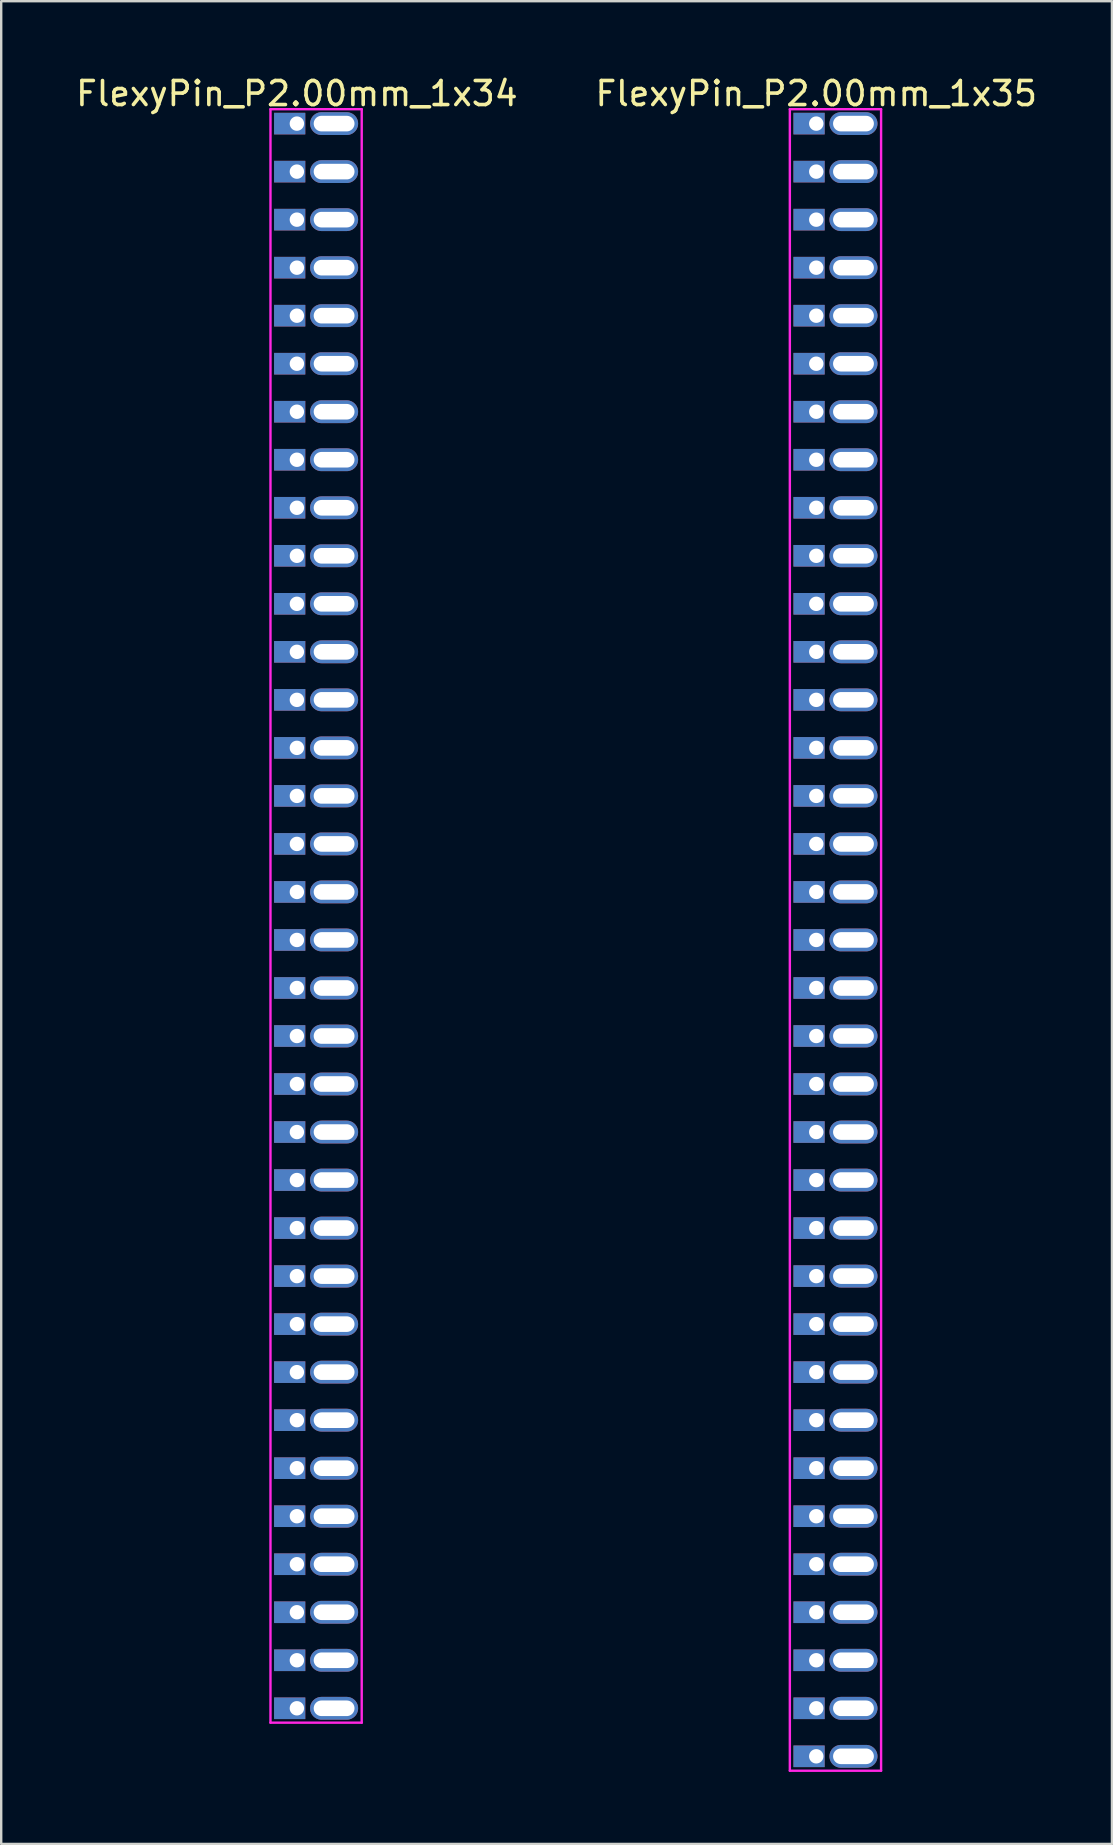
<source format=kicad_pcb>
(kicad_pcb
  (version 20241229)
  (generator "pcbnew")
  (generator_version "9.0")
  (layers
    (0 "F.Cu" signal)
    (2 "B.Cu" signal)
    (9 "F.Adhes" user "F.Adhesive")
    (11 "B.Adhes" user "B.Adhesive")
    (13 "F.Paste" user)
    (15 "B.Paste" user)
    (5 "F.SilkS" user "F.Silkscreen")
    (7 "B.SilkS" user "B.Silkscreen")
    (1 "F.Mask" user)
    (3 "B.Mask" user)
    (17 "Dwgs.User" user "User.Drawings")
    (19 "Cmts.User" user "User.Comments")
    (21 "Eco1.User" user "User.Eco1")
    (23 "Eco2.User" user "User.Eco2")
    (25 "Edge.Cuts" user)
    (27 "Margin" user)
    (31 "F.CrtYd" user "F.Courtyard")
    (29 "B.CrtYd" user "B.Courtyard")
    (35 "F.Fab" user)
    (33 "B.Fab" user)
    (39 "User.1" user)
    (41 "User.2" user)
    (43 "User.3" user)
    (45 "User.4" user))
  (footprint "FlexyPin_P2.00mm_1x35"
    (layer "F.Cu")
    (at 30.946 2.098)
    (property "Reference" "FlexyPin_P2.00mm_1x35" (at 0 -1.25 0) (layer "F.SilkS") (effects (font (size 1 1) (thickness 0.15))))
    (attr through_hole)
    (fp_line (start -1.1 -0.6) (end 2.7 -0.6) (stroke (width 0.1) (type solid)) (layer "F.CrtYd"))
    (fp_line (start -1.1 68.6) (end -1.1 -0.6) (stroke (width 0.1) (type solid)) (layer "F.CrtYd"))
    (fp_line (start 2.7 -0.6) (end 2.7 68.6) (stroke (width 0.1) (type solid)) (layer "F.CrtYd"))
    (fp_line (start 2.7 68.6) (end -1.1 68.6) (stroke (width 0.1) (type solid)) (layer "F.CrtYd"))
    (pad "" thru_hole oval (at 1.55 0) (size 2 0.95) (drill oval 1.7 0.65) (layers "*.Cu" "*.Mask"))
    (pad "" thru_hole oval (at 1.55 2) (size 2 0.95) (drill oval 1.7 0.65) (layers "*.Cu" "*.Mask"))
    (pad "" thru_hole oval (at 1.55 4) (size 2 0.95) (drill oval 1.7 0.65) (layers "*.Cu" "*.Mask"))
    (pad "" thru_hole oval (at 1.55 6) (size 2 0.95) (drill oval 1.7 0.65) (layers "*.Cu" "*.Mask"))
    (pad "" thru_hole oval (at 1.55 8) (size 2 0.95) (drill oval 1.7 0.65) (layers "*.Cu" "*.Mask"))
    (pad "" thru_hole oval (at 1.55 10) (size 2 0.95) (drill oval 1.7 0.65) (layers "*.Cu" "*.Mask"))
    (pad "" thru_hole oval (at 1.55 12) (size 2 0.95) (drill oval 1.7 0.65) (layers "*.Cu" "*.Mask"))
    (pad "" thru_hole oval (at 1.55 14) (size 2 0.95) (drill oval 1.7 0.65) (layers "*.Cu" "*.Mask"))
    (pad "" thru_hole oval (at 1.55 16) (size 2 0.95) (drill oval 1.7 0.65) (layers "*.Cu" "*.Mask"))
    (pad "" thru_hole oval (at 1.55 18) (size 2 0.95) (drill oval 1.7 0.65) (layers "*.Cu" "*.Mask"))
    (pad "" thru_hole oval (at 1.55 20) (size 2 0.95) (drill oval 1.7 0.65) (layers "*.Cu" "*.Mask"))
    (pad "" thru_hole oval (at 1.55 22) (size 2 0.95) (drill oval 1.7 0.65) (layers "*.Cu" "*.Mask"))
    (pad "" thru_hole oval (at 1.55 24) (size 2 0.95) (drill oval 1.7 0.65) (layers "*.Cu" "*.Mask"))
    (pad "" thru_hole oval (at 1.55 26) (size 2 0.95) (drill oval 1.7 0.65) (layers "*.Cu" "*.Mask"))
    (pad "" thru_hole oval (at 1.55 28) (size 2 0.95) (drill oval 1.7 0.65) (layers "*.Cu" "*.Mask"))
    (pad "" thru_hole oval (at 1.55 30) (size 2 0.95) (drill oval 1.7 0.65) (layers "*.Cu" "*.Mask"))
    (pad "" thru_hole oval (at 1.55 32) (size 2 0.95) (drill oval 1.7 0.65) (layers "*.Cu" "*.Mask"))
    (pad "" thru_hole oval (at 1.55 34) (size 2 0.95) (drill oval 1.7 0.65) (layers "*.Cu" "*.Mask"))
    (pad "" thru_hole oval (at 1.55 36) (size 2 0.95) (drill oval 1.7 0.65) (layers "*.Cu" "*.Mask"))
    (pad "" thru_hole oval (at 1.55 38) (size 2 0.95) (drill oval 1.7 0.65) (layers "*.Cu" "*.Mask"))
    (pad "" thru_hole oval (at 1.55 40) (size 2 0.95) (drill oval 1.7 0.65) (layers "*.Cu" "*.Mask"))
    (pad "" thru_hole oval (at 1.55 42) (size 2 0.95) (drill oval 1.7 0.65) (layers "*.Cu" "*.Mask"))
    (pad "" thru_hole oval (at 1.55 44) (size 2 0.95) (drill oval 1.7 0.65) (layers "*.Cu" "*.Mask"))
    (pad "" thru_hole oval (at 1.55 46) (size 2 0.95) (drill oval 1.7 0.65) (layers "*.Cu" "*.Mask"))
    (pad "" thru_hole oval (at 1.55 48) (size 2 0.95) (drill oval 1.7 0.65) (layers "*.Cu" "*.Mask"))
    (pad "" thru_hole oval (at 1.55 50) (size 2 0.95) (drill oval 1.7 0.65) (layers "*.Cu" "*.Mask"))
    (pad "" thru_hole oval (at 1.55 52) (size 2 0.95) (drill oval 1.7 0.65) (layers "*.Cu" "*.Mask"))
    (pad "" thru_hole oval (at 1.55 54) (size 2 0.95) (drill oval 1.7 0.65) (layers "*.Cu" "*.Mask"))
    (pad "" thru_hole oval (at 1.55 56) (size 2 0.95) (drill oval 1.7 0.65) (layers "*.Cu" "*.Mask"))
    (pad "" thru_hole oval (at 1.55 58) (size 2 0.95) (drill oval 1.7 0.65) (layers "*.Cu" "*.Mask"))
    (pad "" thru_hole oval (at 1.55 60) (size 2 0.95) (drill oval 1.7 0.65) (layers "*.Cu" "*.Mask"))
    (pad "" thru_hole oval (at 1.55 62) (size 2 0.95) (drill oval 1.7 0.65) (layers "*.Cu" "*.Mask"))
    (pad "" thru_hole oval (at 1.55 64) (size 2 0.95) (drill oval 1.7 0.65) (layers "*.Cu" "*.Mask"))
    (pad "" thru_hole oval (at 1.55 66) (size 2 0.95) (drill oval 1.7 0.65) (layers "*.Cu" "*.Mask"))
    (pad "" thru_hole oval (at 1.55 68) (size 2 0.95) (drill oval 1.7 0.65) (layers "*.Cu" "*.Mask"))
    (pad "1" thru_hole rect (at 0 0) (size 1.3 0.9) (drill 0.6 (offset -0.3 0)) (layers "*.Cu" "*.Mask"))
    (pad "2" thru_hole rect (at 0 2) (size 1.3 0.9) (drill 0.6 (offset -0.3 0)) (layers "*.Cu" "*.Mask"))
    (pad "3" thru_hole rect (at 0 4) (size 1.3 0.9) (drill 0.6 (offset -0.3 0)) (layers "*.Cu" "*.Mask"))
    (pad "4" thru_hole rect (at 0 6) (size 1.3 0.9) (drill 0.6 (offset -0.3 0)) (layers "*.Cu" "*.Mask"))
    (pad "5" thru_hole rect (at 0 8) (size 1.3 0.9) (drill 0.6 (offset -0.3 0)) (layers "*.Cu" "*.Mask"))
    (pad "6" thru_hole rect (at 0 10) (size 1.3 0.9) (drill 0.6 (offset -0.3 0)) (layers "*.Cu" "*.Mask"))
    (pad "7" thru_hole rect (at 0 12) (size 1.3 0.9) (drill 0.6 (offset -0.3 0)) (layers "*.Cu" "*.Mask"))
    (pad "8" thru_hole rect (at 0 14) (size 1.3 0.9) (drill 0.6 (offset -0.3 0)) (layers "*.Cu" "*.Mask"))
    (pad "9" thru_hole rect (at 0 16) (size 1.3 0.9) (drill 0.6 (offset -0.3 0)) (layers "*.Cu" "*.Mask"))
    (pad "10" thru_hole rect (at 0 18) (size 1.3 0.9) (drill 0.6 (offset -0.3 0)) (layers "*.Cu" "*.Mask"))
    (pad "11" thru_hole rect (at 0 20) (size 1.3 0.9) (drill 0.6 (offset -0.3 0)) (layers "*.Cu" "*.Mask"))
    (pad "12" thru_hole rect (at 0 22) (size 1.3 0.9) (drill 0.6 (offset -0.3 0)) (layers "*.Cu" "*.Mask"))
    (pad "13" thru_hole rect (at 0 24) (size 1.3 0.9) (drill 0.6 (offset -0.3 0)) (layers "*.Cu" "*.Mask"))
    (pad "14" thru_hole rect (at 0 26) (size 1.3 0.9) (drill 0.6 (offset -0.3 0)) (layers "*.Cu" "*.Mask"))
    (pad "15" thru_hole rect (at 0 28) (size 1.3 0.9) (drill 0.6 (offset -0.3 0)) (layers "*.Cu" "*.Mask"))
    (pad "16" thru_hole rect (at 0 30) (size 1.3 0.9) (drill 0.6 (offset -0.3 0)) (layers "*.Cu" "*.Mask"))
    (pad "17" thru_hole rect (at 0 32) (size 1.3 0.9) (drill 0.6 (offset -0.3 0)) (layers "*.Cu" "*.Mask"))
    (pad "18" thru_hole rect (at 0 34) (size 1.3 0.9) (drill 0.6 (offset -0.3 0)) (layers "*.Cu" "*.Mask"))
    (pad "19" thru_hole rect (at 0 36) (size 1.3 0.9) (drill 0.6 (offset -0.3 0)) (layers "*.Cu" "*.Mask"))
    (pad "20" thru_hole rect (at 0 38) (size 1.3 0.9) (drill 0.6 (offset -0.3 0)) (layers "*.Cu" "*.Mask"))
    (pad "21" thru_hole rect (at 0 40) (size 1.3 0.9) (drill 0.6 (offset -0.3 0)) (layers "*.Cu" "*.Mask"))
    (pad "22" thru_hole rect (at 0 42) (size 1.3 0.9) (drill 0.6 (offset -0.3 0)) (layers "*.Cu" "*.Mask"))
    (pad "23" thru_hole rect (at 0 44) (size 1.3 0.9) (drill 0.6 (offset -0.3 0)) (layers "*.Cu" "*.Mask"))
    (pad "24" thru_hole rect (at 0 46) (size 1.3 0.9) (drill 0.6 (offset -0.3 0)) (layers "*.Cu" "*.Mask"))
    (pad "25" thru_hole rect (at 0 48) (size 1.3 0.9) (drill 0.6 (offset -0.3 0)) (layers "*.Cu" "*.Mask"))
    (pad "26" thru_hole rect (at 0 50) (size 1.3 0.9) (drill 0.6 (offset -0.3 0)) (layers "*.Cu" "*.Mask"))
    (pad "27" thru_hole rect (at 0 52) (size 1.3 0.9) (drill 0.6 (offset -0.3 0)) (layers "*.Cu" "*.Mask"))
    (pad "28" thru_hole rect (at 0 54) (size 1.3 0.9) (drill 0.6 (offset -0.3 0)) (layers "*.Cu" "*.Mask"))
    (pad "29" thru_hole rect (at 0 56) (size 1.3 0.9) (drill 0.6 (offset -0.3 0)) (layers "*.Cu" "*.Mask"))
    (pad "30" thru_hole rect (at 0 58) (size 1.3 0.9) (drill 0.6 (offset -0.3 0)) (layers "*.Cu" "*.Mask"))
    (pad "31" thru_hole rect (at 0 60) (size 1.3 0.9) (drill 0.6 (offset -0.3 0)) (layers "*.Cu" "*.Mask"))
    (pad "32" thru_hole rect (at 0 62) (size 1.3 0.9) (drill 0.6 (offset -0.3 0)) (layers "*.Cu" "*.Mask"))
    (pad "33" thru_hole rect (at 0 64) (size 1.3 0.9) (drill 0.6 (offset -0.3 0)) (layers "*.Cu" "*.Mask"))
    (pad "34" thru_hole rect (at 0 66) (size 1.3 0.9) (drill 0.6 (offset -0.3 0)) (layers "*.Cu" "*.Mask"))
    (pad "35" thru_hole rect (at 0 68) (size 1.3 0.9) (drill 0.6 (offset -0.3 0)) (layers "*.Cu" "*.Mask")))
  (footprint "FlexyPin_P2.00mm_1x34"
    (layer "F.Cu")
    (at 9.315 2.098)
    (property "Reference" "FlexyPin_P2.00mm_1x34" (at 0 -1.25 0) (layer "F.SilkS") (effects (font (size 1 1) (thickness 0.15))))
    (attr through_hole)
    (fp_line (start -1.1 -0.6) (end 2.7 -0.6) (stroke (width 0.1) (type solid)) (layer "F.CrtYd"))
    (fp_line (start -1.1 66.6) (end -1.1 -0.6) (stroke (width 0.1) (type solid)) (layer "F.CrtYd"))
    (fp_line (start 2.7 -0.6) (end 2.7 66.6) (stroke (width 0.1) (type solid)) (layer "F.CrtYd"))
    (fp_line (start 2.7 66.6) (end -1.1 66.6) (stroke (width 0.1) (type solid)) (layer "F.CrtYd"))
    (pad "" thru_hole oval (at 1.55 0) (size 2 0.95) (drill oval 1.7 0.65) (layers "*.Cu" "*.Mask"))
    (pad "" thru_hole oval (at 1.55 2) (size 2 0.95) (drill oval 1.7 0.65) (layers "*.Cu" "*.Mask"))
    (pad "" thru_hole oval (at 1.55 4) (size 2 0.95) (drill oval 1.7 0.65) (layers "*.Cu" "*.Mask"))
    (pad "" thru_hole oval (at 1.55 6) (size 2 0.95) (drill oval 1.7 0.65) (layers "*.Cu" "*.Mask"))
    (pad "" thru_hole oval (at 1.55 8) (size 2 0.95) (drill oval 1.7 0.65) (layers "*.Cu" "*.Mask"))
    (pad "" thru_hole oval (at 1.55 10) (size 2 0.95) (drill oval 1.7 0.65) (layers "*.Cu" "*.Mask"))
    (pad "" thru_hole oval (at 1.55 12) (size 2 0.95) (drill oval 1.7 0.65) (layers "*.Cu" "*.Mask"))
    (pad "" thru_hole oval (at 1.55 14) (size 2 0.95) (drill oval 1.7 0.65) (layers "*.Cu" "*.Mask"))
    (pad "" thru_hole oval (at 1.55 16) (size 2 0.95) (drill oval 1.7 0.65) (layers "*.Cu" "*.Mask"))
    (pad "" thru_hole oval (at 1.55 18) (size 2 0.95) (drill oval 1.7 0.65) (layers "*.Cu" "*.Mask"))
    (pad "" thru_hole oval (at 1.55 20) (size 2 0.95) (drill oval 1.7 0.65) (layers "*.Cu" "*.Mask"))
    (pad "" thru_hole oval (at 1.55 22) (size 2 0.95) (drill oval 1.7 0.65) (layers "*.Cu" "*.Mask"))
    (pad "" thru_hole oval (at 1.55 24) (size 2 0.95) (drill oval 1.7 0.65) (layers "*.Cu" "*.Mask"))
    (pad "" thru_hole oval (at 1.55 26) (size 2 0.95) (drill oval 1.7 0.65) (layers "*.Cu" "*.Mask"))
    (pad "" thru_hole oval (at 1.55 28) (size 2 0.95) (drill oval 1.7 0.65) (layers "*.Cu" "*.Mask"))
    (pad "" thru_hole oval (at 1.55 30) (size 2 0.95) (drill oval 1.7 0.65) (layers "*.Cu" "*.Mask"))
    (pad "" thru_hole oval (at 1.55 32) (size 2 0.95) (drill oval 1.7 0.65) (layers "*.Cu" "*.Mask"))
    (pad "" thru_hole oval (at 1.55 34) (size 2 0.95) (drill oval 1.7 0.65) (layers "*.Cu" "*.Mask"))
    (pad "" thru_hole oval (at 1.55 36) (size 2 0.95) (drill oval 1.7 0.65) (layers "*.Cu" "*.Mask"))
    (pad "" thru_hole oval (at 1.55 38) (size 2 0.95) (drill oval 1.7 0.65) (layers "*.Cu" "*.Mask"))
    (pad "" thru_hole oval (at 1.55 40) (size 2 0.95) (drill oval 1.7 0.65) (layers "*.Cu" "*.Mask"))
    (pad "" thru_hole oval (at 1.55 42) (size 2 0.95) (drill oval 1.7 0.65) (layers "*.Cu" "*.Mask"))
    (pad "" thru_hole oval (at 1.55 44) (size 2 0.95) (drill oval 1.7 0.65) (layers "*.Cu" "*.Mask"))
    (pad "" thru_hole oval (at 1.55 46) (size 2 0.95) (drill oval 1.7 0.65) (layers "*.Cu" "*.Mask"))
    (pad "" thru_hole oval (at 1.55 48) (size 2 0.95) (drill oval 1.7 0.65) (layers "*.Cu" "*.Mask"))
    (pad "" thru_hole oval (at 1.55 50) (size 2 0.95) (drill oval 1.7 0.65) (layers "*.Cu" "*.Mask"))
    (pad "" thru_hole oval (at 1.55 52) (size 2 0.95) (drill oval 1.7 0.65) (layers "*.Cu" "*.Mask"))
    (pad "" thru_hole oval (at 1.55 54) (size 2 0.95) (drill oval 1.7 0.65) (layers "*.Cu" "*.Mask"))
    (pad "" thru_hole oval (at 1.55 56) (size 2 0.95) (drill oval 1.7 0.65) (layers "*.Cu" "*.Mask"))
    (pad "" thru_hole oval (at 1.55 58) (size 2 0.95) (drill oval 1.7 0.65) (layers "*.Cu" "*.Mask"))
    (pad "" thru_hole oval (at 1.55 60) (size 2 0.95) (drill oval 1.7 0.65) (layers "*.Cu" "*.Mask"))
    (pad "" thru_hole oval (at 1.55 62) (size 2 0.95) (drill oval 1.7 0.65) (layers "*.Cu" "*.Mask"))
    (pad "" thru_hole oval (at 1.55 64) (size 2 0.95) (drill oval 1.7 0.65) (layers "*.Cu" "*.Mask"))
    (pad "" thru_hole oval (at 1.55 66) (size 2 0.95) (drill oval 1.7 0.65) (layers "*.Cu" "*.Mask"))
    (pad "1" thru_hole rect (at 0 0) (size 1.3 0.9) (drill 0.6 (offset -0.3 0)) (layers "*.Cu" "*.Mask"))
    (pad "2" thru_hole rect (at 0 2) (size 1.3 0.9) (drill 0.6 (offset -0.3 0)) (layers "*.Cu" "*.Mask"))
    (pad "3" thru_hole rect (at 0 4) (size 1.3 0.9) (drill 0.6 (offset -0.3 0)) (layers "*.Cu" "*.Mask"))
    (pad "4" thru_hole rect (at 0 6) (size 1.3 0.9) (drill 0.6 (offset -0.3 0)) (layers "*.Cu" "*.Mask"))
    (pad "5" thru_hole rect (at 0 8) (size 1.3 0.9) (drill 0.6 (offset -0.3 0)) (layers "*.Cu" "*.Mask"))
    (pad "6" thru_hole rect (at 0 10) (size 1.3 0.9) (drill 0.6 (offset -0.3 0)) (layers "*.Cu" "*.Mask"))
    (pad "7" thru_hole rect (at 0 12) (size 1.3 0.9) (drill 0.6 (offset -0.3 0)) (layers "*.Cu" "*.Mask"))
    (pad "8" thru_hole rect (at 0 14) (size 1.3 0.9) (drill 0.6 (offset -0.3 0)) (layers "*.Cu" "*.Mask"))
    (pad "9" thru_hole rect (at 0 16) (size 1.3 0.9) (drill 0.6 (offset -0.3 0)) (layers "*.Cu" "*.Mask"))
    (pad "10" thru_hole rect (at 0 18) (size 1.3 0.9) (drill 0.6 (offset -0.3 0)) (layers "*.Cu" "*.Mask"))
    (pad "11" thru_hole rect (at 0 20) (size 1.3 0.9) (drill 0.6 (offset -0.3 0)) (layers "*.Cu" "*.Mask"))
    (pad "12" thru_hole rect (at 0 22) (size 1.3 0.9) (drill 0.6 (offset -0.3 0)) (layers "*.Cu" "*.Mask"))
    (pad "13" thru_hole rect (at 0 24) (size 1.3 0.9) (drill 0.6 (offset -0.3 0)) (layers "*.Cu" "*.Mask"))
    (pad "14" thru_hole rect (at 0 26) (size 1.3 0.9) (drill 0.6 (offset -0.3 0)) (layers "*.Cu" "*.Mask"))
    (pad "15" thru_hole rect (at 0 28) (size 1.3 0.9) (drill 0.6 (offset -0.3 0)) (layers "*.Cu" "*.Mask"))
    (pad "16" thru_hole rect (at 0 30) (size 1.3 0.9) (drill 0.6 (offset -0.3 0)) (layers "*.Cu" "*.Mask"))
    (pad "17" thru_hole rect (at 0 32) (size 1.3 0.9) (drill 0.6 (offset -0.3 0)) (layers "*.Cu" "*.Mask"))
    (pad "18" thru_hole rect (at 0 34) (size 1.3 0.9) (drill 0.6 (offset -0.3 0)) (layers "*.Cu" "*.Mask"))
    (pad "19" thru_hole rect (at 0 36) (size 1.3 0.9) (drill 0.6 (offset -0.3 0)) (layers "*.Cu" "*.Mask"))
    (pad "20" thru_hole rect (at 0 38) (size 1.3 0.9) (drill 0.6 (offset -0.3 0)) (layers "*.Cu" "*.Mask"))
    (pad "21" thru_hole rect (at 0 40) (size 1.3 0.9) (drill 0.6 (offset -0.3 0)) (layers "*.Cu" "*.Mask"))
    (pad "22" thru_hole rect (at 0 42) (size 1.3 0.9) (drill 0.6 (offset -0.3 0)) (layers "*.Cu" "*.Mask"))
    (pad "23" thru_hole rect (at 0 44) (size 1.3 0.9) (drill 0.6 (offset -0.3 0)) (layers "*.Cu" "*.Mask"))
    (pad "24" thru_hole rect (at 0 46) (size 1.3 0.9) (drill 0.6 (offset -0.3 0)) (layers "*.Cu" "*.Mask"))
    (pad "25" thru_hole rect (at 0 48) (size 1.3 0.9) (drill 0.6 (offset -0.3 0)) (layers "*.Cu" "*.Mask"))
    (pad "26" thru_hole rect (at 0 50) (size 1.3 0.9) (drill 0.6 (offset -0.3 0)) (layers "*.Cu" "*.Mask"))
    (pad "27" thru_hole rect (at 0 52) (size 1.3 0.9) (drill 0.6 (offset -0.3 0)) (layers "*.Cu" "*.Mask"))
    (pad "28" thru_hole rect (at 0 54) (size 1.3 0.9) (drill 0.6 (offset -0.3 0)) (layers "*.Cu" "*.Mask"))
    (pad "29" thru_hole rect (at 0 56) (size 1.3 0.9) (drill 0.6 (offset -0.3 0)) (layers "*.Cu" "*.Mask"))
    (pad "30" thru_hole rect (at 0 58) (size 1.3 0.9) (drill 0.6 (offset -0.3 0)) (layers "*.Cu" "*.Mask"))
    (pad "31" thru_hole rect (at 0 60) (size 1.3 0.9) (drill 0.6 (offset -0.3 0)) (layers "*.Cu" "*.Mask"))
    (pad "32" thru_hole rect (at 0 62) (size 1.3 0.9) (drill 0.6 (offset -0.3 0)) (layers "*.Cu" "*.Mask"))
    (pad "33" thru_hole rect (at 0 64) (size 1.3 0.9) (drill 0.6 (offset -0.3 0)) (layers "*.Cu" "*.Mask"))
    (pad "34" thru_hole rect (at 0 66) (size 1.3 0.9) (drill 0.6 (offset -0.3 0)) (layers "*.Cu" "*.Mask")))
  (gr_rect
    (start -3 -3)
    (end 43.262 73.748)
    (stroke (width 0.1) (type default))
    (fill no)
    (layer "Edge.Cuts")))
</source>
